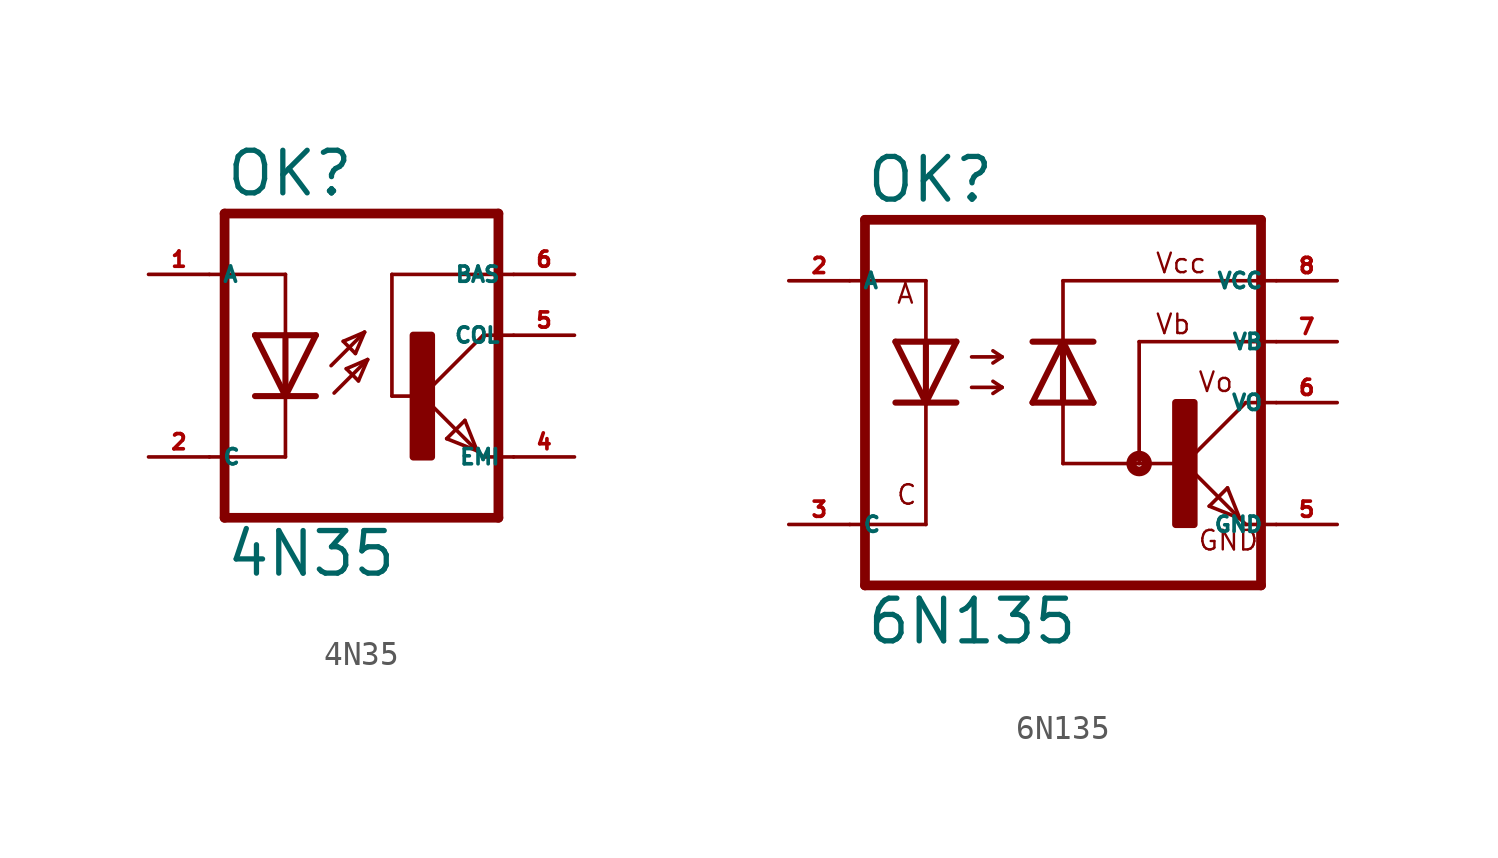
<source format=kicad_sym>
(kicad_symbol_lib
  (version 20220914)
  (generator kicad_symbol_editor)
  (symbol "4N35"
    (property "Reference" "OK"
      (at -6.985 5.715 0)
      (effects (font (size 1.778 1.778) (thickness 0.22)) (justify left bottom)))
    (property "Value" "4N35"
      (at -6.985 -10.16 0)
      (effects (font (size 1.778 1.778) (thickness 0.22)) (justify left bottom)))
    (symbol "4N35_1_1"
      (polyline (pts (xy -7.62 2.54) (xy -4.445 2.54)) (stroke (width 0.152) (type default)) (fill (type none)))
      (polyline (pts (xy -6.985 -7.62) (xy 4.445 -7.62)) (stroke (width 0.406) (type default)) (fill (type none)))
      (polyline (pts (xy -6.985 5.08) (xy -6.985 -7.62)) (stroke (width 0.406) (type default)) (fill (type none)))
      (polyline (pts (xy -6.985 5.08) (xy 4.445 5.08)) (stroke (width 0.406) (type default)) (fill (type none)))
      (polyline (pts (xy -4.445 -5.08) (xy -7.62 -5.08)) (stroke (width 0.152) (type default)) (fill (type none)))
      (polyline (pts (xy -4.445 -2.54) (xy -5.715 -2.54)) (stroke (width 0.254) (type default)) (fill (type none)))
      (polyline (pts (xy -4.445 -2.54) (xy -5.715 0)) (stroke (width 0.254) (type default)) (fill (type none)))
      (polyline (pts (xy -4.445 -2.54) (xy -4.445 -5.08)) (stroke (width 0.152) (type default)) (fill (type none)))
      (polyline (pts (xy -4.445 0) (xy -5.715 0)) (stroke (width 0.254) (type default)) (fill (type none)))
      (polyline (pts (xy -4.445 0) (xy -4.445 -2.54)) (stroke (width 0.254) (type default)) (fill (type none)))
      (polyline (pts (xy -4.445 2.54) (xy -4.445 0)) (stroke (width 0.152) (type default)) (fill (type none)))
      (polyline (pts (xy -3.175 -2.54) (xy -4.445 -2.54)) (stroke (width 0.254) (type default)) (fill (type none)))
      (polyline (pts (xy -3.175 0) (xy -4.445 -2.54)) (stroke (width 0.254) (type default)) (fill (type none)))
      (polyline (pts (xy -3.175 0) (xy -4.445 0)) (stroke (width 0.254) (type default)) (fill (type none)))
      (polyline (pts (xy -2.54 -1.27) (xy -1.143 0.127)) (stroke (width 0.152) (type default)) (fill (type none)))
      (polyline (pts (xy -2.413 -2.413) (xy -1.016 -1.016)) (stroke (width 0.152) (type default)) (fill (type none)))
      (polyline (pts (xy -2.032 -0.254) (xy -1.524 -0.762)) (stroke (width 0.152) (type default)) (fill (type none)))
      (polyline (pts (xy -1.905 -1.397) (xy -1.397 -1.905)) (stroke (width 0.152) (type default)) (fill (type none)))
      (polyline (pts (xy -1.524 -0.762) (xy -1.143 0.127)) (stroke (width 0.152) (type default)) (fill (type none)))
      (polyline (pts (xy -1.397 -1.905) (xy -1.016 -1.016)) (stroke (width 0.152) (type default)) (fill (type none)))
      (polyline (pts (xy -1.143 0.127) (xy -2.032 -0.254)) (stroke (width 0.152) (type default)) (fill (type none)))
      (polyline (pts (xy -1.016 -1.016) (xy -1.905 -1.397)) (stroke (width 0.152) (type default)) (fill (type none)))
      (polyline (pts (xy 0 -2.54) (xy 0 2.54)) (stroke (width 0.152) (type default)) (fill (type none)))
      (polyline (pts (xy 0 -2.54) (xy 1.016 -2.54)) (stroke (width 0.152) (type default)) (fill (type none)))
      (polyline (pts (xy 0 2.54) (xy 5.08 2.54)) (stroke (width 0.152) (type default)) (fill (type none)))
      (polyline (pts (xy 1.27 -2.54) (xy 3.556 -4.826)) (stroke (width 0.152) (type default)) (fill (type none)))
      (polyline (pts (xy 2.286 -4.318) (xy 3.048 -3.556)) (stroke (width 0.152) (type default)) (fill (type none)))
      (polyline (pts (xy 3.048 -3.556) (xy 3.556 -4.826)) (stroke (width 0.152) (type default)) (fill (type none)))
      (polyline (pts (xy 3.556 -4.826) (xy 2.286 -4.318)) (stroke (width 0.152) (type default)) (fill (type none)))
      (polyline (pts (xy 3.556 -4.826) (xy 3.81 -5.08)) (stroke (width 0.152) (type default)) (fill (type none)))
      (polyline (pts (xy 3.81 -5.08) (xy 5.08 -5.08)) (stroke (width 0.152) (type default)) (fill (type none)))
      (polyline (pts (xy 3.81 0) (xy 1.27 -2.54)) (stroke (width 0.152) (type default)) (fill (type none)))
      (polyline (pts (xy 3.81 0) (xy 5.08 0)) (stroke (width 0.152) (type default)) (fill (type none)))
      (polyline (pts (xy 4.445 5.08) (xy 4.445 -7.62)) (stroke (width 0.406) (type default)) (fill (type none)))
      (rectangle (start 0.889 -5.08) (end 1.651 0) (stroke (width 0.3) (type default)) (fill (type outline)))
      (pin passive line (at -10.16 2.54 0) (length 2.54) (name "A" (effects (font (size 0.635 0.635)))) (number "1" (effects (font (size 0.635 0.635)))))
      (pin passive line (at -10.16 -5.08 0) (length 2.54) (name "C" (effects (font (size 0.635 0.635)))) (number "2" (effects (font (size 0.635 0.635)))))
      (pin passive line (at 7.62 -5.08 180) (length 2.54) (name "EMI" (effects (font (size 0.635 0.635)))) (number "4" (effects (font (size 0.635 0.635)))))
      (pin passive line (at 7.62 0 180) (length 2.54) (name "COL" (effects (font (size 0.635 0.635)))) (number "5" (effects (font (size 0.635 0.635)))))
      (pin passive line (at 7.62 2.54 180) (length 2.54) (name "BAS" (effects (font (size 0.635 0.635)))) (number "6" (effects (font (size 0.635 0.635)))))))
  (symbol "6N135"
    (property "Reference" "OK"
      (at -9.525 8.255 0)
      (effects (font (size 1.778 1.778) (thickness 0.22)) (justify left bottom)))
    (property "Value" "6N135"
      (at -9.525 -10.16 0)
      (effects (font (size 1.778 1.778) (thickness 0.22)) (justify left bottom)))
    (symbol "6N135_1_1"
      (polyline (pts (xy -10.16 -5.08) (xy -6.985 -5.08)) (stroke (width 0.152) (type default)) (fill (type none)))
      (polyline (pts (xy -10.16 5.08) (xy -6.985 5.08)) (stroke (width 0.152) (type default)) (fill (type none)))
      (polyline (pts (xy -9.525 7.62) (xy -9.525 -7.62)) (stroke (width 0.406) (type default)) (fill (type none)))
      (polyline (pts (xy -6.985 -5.08) (xy -6.985 0)) (stroke (width 0.152) (type default)) (fill (type none)))
      (polyline (pts (xy -6.985 0) (xy -8.255 0)) (stroke (width 0.254) (type default)) (fill (type none)))
      (polyline (pts (xy -6.985 0) (xy -8.255 2.54)) (stroke (width 0.254) (type default)) (fill (type none)))
      (polyline (pts (xy -6.985 2.54) (xy -8.255 2.54)) (stroke (width 0.254) (type default)) (fill (type none)))
      (polyline (pts (xy -6.985 2.54) (xy -6.985 0)) (stroke (width 0.254) (type default)) (fill (type none)))
      (polyline (pts (xy -6.985 2.54) (xy -6.985 5.08)) (stroke (width 0.152) (type default)) (fill (type none)))
      (polyline (pts (xy -5.715 0) (xy -6.985 0)) (stroke (width 0.254) (type default)) (fill (type none)))
      (polyline (pts (xy -5.715 2.54) (xy -6.985 0)) (stroke (width 0.254) (type default)) (fill (type none)))
      (polyline (pts (xy -5.715 2.54) (xy -6.985 2.54)) (stroke (width 0.254) (type default)) (fill (type none)))
      (polyline (pts (xy -5.08 0.635) (xy -3.81 0.635)) (stroke (width 0.152) (type default)) (fill (type none)))
      (polyline (pts (xy -5.08 1.905) (xy -3.81 1.905)) (stroke (width 0.152) (type default)) (fill (type none)))
      (polyline (pts (xy -3.81 0.635) (xy -4.191 0.381)) (stroke (width 0.152) (type default)) (fill (type none)))
      (polyline (pts (xy -3.81 0.635) (xy -4.191 0.889)) (stroke (width 0.152) (type default)) (fill (type none)))
      (polyline (pts (xy -3.81 1.905) (xy -4.191 1.651)) (stroke (width 0.152) (type default)) (fill (type none)))
      (polyline (pts (xy -3.81 1.905) (xy -4.191 2.159)) (stroke (width 0.152) (type default)) (fill (type none)))
      (polyline (pts (xy -2.54 0) (xy -1.27 0)) (stroke (width 0.254) (type default)) (fill (type none)))
      (polyline (pts (xy -2.54 0) (xy -1.27 2.54)) (stroke (width 0.254) (type default)) (fill (type none)))
      (polyline (pts (xy -2.54 2.54) (xy -1.27 2.54)) (stroke (width 0.254) (type default)) (fill (type none)))
      (polyline (pts (xy -1.27 -2.54) (xy -1.27 0)) (stroke (width 0.152) (type default)) (fill (type none)))
      (polyline (pts (xy -1.27 -2.54) (xy 1.905 -2.54)) (stroke (width 0.152) (type default)) (fill (type none)))
      (polyline (pts (xy -1.27 0) (xy -1.27 2.54)) (stroke (width 0.254) (type default)) (fill (type none)))
      (polyline (pts (xy -1.27 0) (xy 0 0)) (stroke (width 0.254) (type default)) (fill (type none)))
      (polyline (pts (xy -1.27 2.54) (xy 0 0)) (stroke (width 0.254) (type default)) (fill (type none)))
      (polyline (pts (xy -1.27 2.54) (xy 0 2.54)) (stroke (width 0.254) (type default)) (fill (type none)))
      (polyline (pts (xy -1.27 5.08) (xy -1.27 2.54)) (stroke (width 0.152) (type default)) (fill (type none)))
      (polyline (pts (xy -1.27 5.08) (xy 7.62 5.08)) (stroke (width 0.152) (type default)) (fill (type none)))
      (polyline (pts (xy 1.905 -2.54) (xy 1.905 2.54)) (stroke (width 0.152) (type default)) (fill (type none)))
      (polyline (pts (xy 1.905 -2.54) (xy 3.81 -2.54)) (stroke (width 0.152) (type default)) (fill (type none)))
      (polyline (pts (xy 1.905 2.54) (xy 7.62 2.54)) (stroke (width 0.152) (type default)) (fill (type none)))
      (polyline (pts (xy 3.81 -2.54) (xy 6.096 -4.826)) (stroke (width 0.152) (type default)) (fill (type none)))
      (polyline (pts (xy 4.826 -4.318) (xy 5.588 -3.556)) (stroke (width 0.152) (type default)) (fill (type none)))
      (polyline (pts (xy 5.588 -3.556) (xy 6.096 -4.826)) (stroke (width 0.152) (type default)) (fill (type none)))
      (polyline (pts (xy 6.096 -4.826) (xy 4.826 -4.318)) (stroke (width 0.152) (type default)) (fill (type none)))
      (polyline (pts (xy 6.096 -4.826) (xy 6.35 -5.08)) (stroke (width 0.152) (type default)) (fill (type none)))
      (polyline (pts (xy 6.35 -5.08) (xy 7.62 -5.08)) (stroke (width 0.152) (type default)) (fill (type none)))
      (polyline (pts (xy 6.35 0) (xy 3.81 -2.54)) (stroke (width 0.152) (type default)) (fill (type none)))
      (polyline (pts (xy 6.35 0) (xy 7.62 0)) (stroke (width 0.152) (type default)) (fill (type none)))
      (polyline (pts (xy 6.985 -7.62) (xy -9.525 -7.62)) (stroke (width 0.406) (type default)) (fill (type none)))
      (polyline (pts (xy 6.985 7.62) (xy -9.525 7.62)) (stroke (width 0.406) (type default)) (fill (type none)))
      (polyline (pts (xy 6.985 7.62) (xy 6.985 -7.62)) (stroke (width 0.406) (type default)) (fill (type none)))
      (circle (center 1.905 -2.54) (radius 0.127) (stroke (width 0.406) (type default)) (fill (type none)))
      (rectangle (start 3.429 -5.08) (end 4.191 0) (stroke (width 0.3) (type default)) (fill (type outline)))
      (text "A" (at -8.255 4.064 0) (effects (font (size 0.813 0.813) (thickness 0.1)) (justify left bottom)))
      (text "C" (at -8.255 -4.318 0) (effects (font (size 0.813 0.813) (thickness 0.1)) (justify left bottom)))
      (text "GND" (at 4.318 -6.223 0) (effects (font (size 0.813 0.813) (thickness 0.1)) (justify left bottom)))
      (text "Vb" (at 2.54 2.794 0) (effects (font (size 0.813 0.813) (thickness 0.1)) (justify left bottom)))
      (text "Vcc" (at 2.54 5.334 0) (effects (font (size 0.813 0.813) (thickness 0.1)) (justify left bottom)))
      (text "Vo" (at 4.318 0.381 0) (effects (font (size 0.813 0.813) (thickness 0.1)) (justify left bottom)))
      (pin passive line (at -12.7 5.08 0) (length 2.54) (name "A" (effects (font (size 0.635 0.635)))) (number "2" (effects (font (size 0.635 0.635)))))
      (pin passive line (at -12.7 -5.08 0) (length 2.54) (name "C" (effects (font (size 0.635 0.635)))) (number "3" (effects (font (size 0.635 0.635)))))
      (pin passive line (at 10.16 -5.08 180) (length 2.54) (name "GND" (effects (font (size 0.635 0.635)))) (number "5" (effects (font (size 0.635 0.635)))))
      (pin passive line (at 10.16 0 180) (length 2.54) (name "VO" (effects (font (size 0.635 0.635)))) (number "6" (effects (font (size 0.635 0.635)))))
      (pin passive line (at 10.16 2.54 180) (length 2.54) (name "VB" (effects (font (size 0.635 0.635)))) (number "7" (effects (font (size 0.635 0.635)))))
      (pin passive line (at 10.16 5.08 180) (length 2.54) (name "VCC" (effects (font (size 0.635 0.635)))) (number "8" (effects (font (size 0.635 0.635))))))))
</source>
